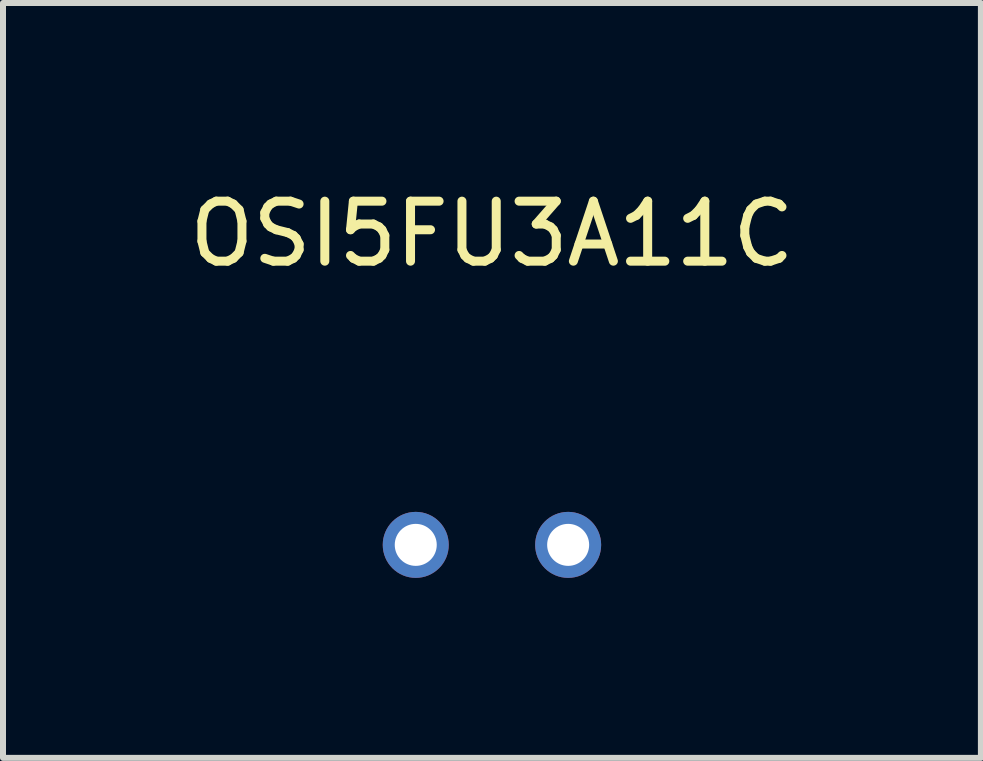
<source format=kicad_pcb>
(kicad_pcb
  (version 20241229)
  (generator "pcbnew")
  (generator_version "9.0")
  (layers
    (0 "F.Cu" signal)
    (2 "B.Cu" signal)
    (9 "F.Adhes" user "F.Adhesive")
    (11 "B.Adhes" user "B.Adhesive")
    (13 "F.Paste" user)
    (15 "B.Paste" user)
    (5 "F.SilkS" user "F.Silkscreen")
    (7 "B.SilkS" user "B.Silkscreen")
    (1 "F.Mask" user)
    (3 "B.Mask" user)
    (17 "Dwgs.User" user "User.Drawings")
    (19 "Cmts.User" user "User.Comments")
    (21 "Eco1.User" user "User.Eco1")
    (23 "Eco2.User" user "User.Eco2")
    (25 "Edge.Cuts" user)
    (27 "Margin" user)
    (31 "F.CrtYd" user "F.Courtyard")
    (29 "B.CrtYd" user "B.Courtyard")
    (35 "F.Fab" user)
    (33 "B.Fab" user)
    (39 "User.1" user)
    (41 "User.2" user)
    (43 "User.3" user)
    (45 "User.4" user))
  (footprint "OSI5FU3A11C"
    (layer "F.Cu")
    (at 5.149 6.031)
    (property "Reference" "OSI5FU3A11C" (at 0 -5.183 0) (unlocked yes) (layer "F.SilkS") (effects (font (size 1 1) (thickness 0.15))))
    (attr through_hole)
    (pad "1" thru_hole circle (at -1.27 0) (size 1.1 1.1) (drill 0.7) (layers "*.Cu" "*.Mask"))
    (pad "2" thru_hole circle (at 1.27 0) (size 1.1 1.1) (drill 0.7) (layers "*.Cu" "*.Mask")))
  (gr_rect
    (start -3 -3)
    (end 13.298 9.581)
    (stroke (width 0.1) (type default))
    (fill no)
    (layer "Edge.Cuts")))
</source>
